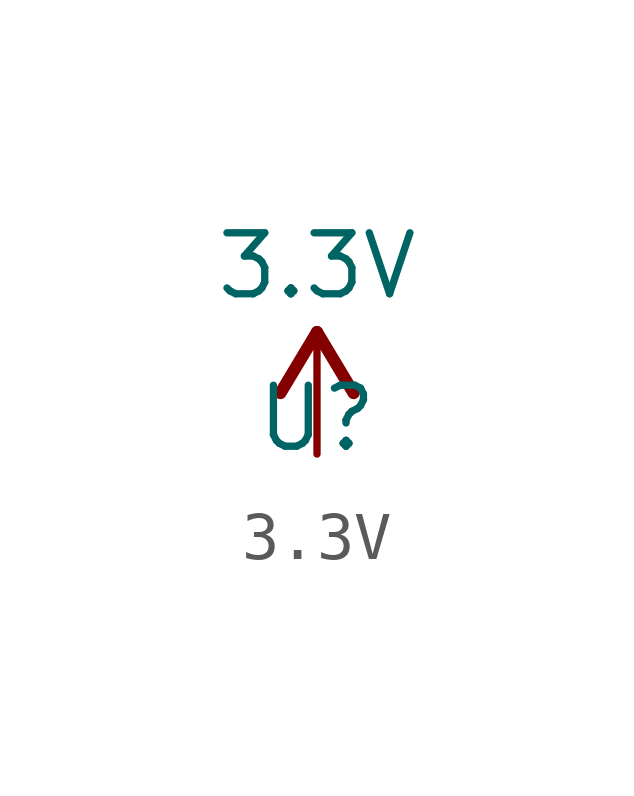
<source format=kicad_sym>
(kicad_symbol_lib
  (version 20211014)
  (generator kicad_symbol_editor)
  (symbol "3.3V"
    (pin_names
      (offset 1.016))
    (property "Reference" "U"
      (at 0 0 0)
      (effects (font (size 1.27 1.27)) (justify bottom)))
    (property "Value" "3.3V"
      (at 0.0 3.175 0)
      (effects (font (size 1.27 1.27)) (justify bottom)))
    (symbol "3.3V_0_0"
      (polyline (pts (xy 0.0 2.54) (xy -0.762 1.27)) (stroke (width 0.254)))
      (polyline (pts (xy 0.0 2.54) (xy 0.762 1.27)) (stroke (width 0.254)))
      (pin power_in line (at 0.0 0.0 90.0) (length 2.54) (name "~" (effects (font (size 1.016 1.016)))) (number "~" (effects (font (size 1.016 1.016))))))))
</source>
